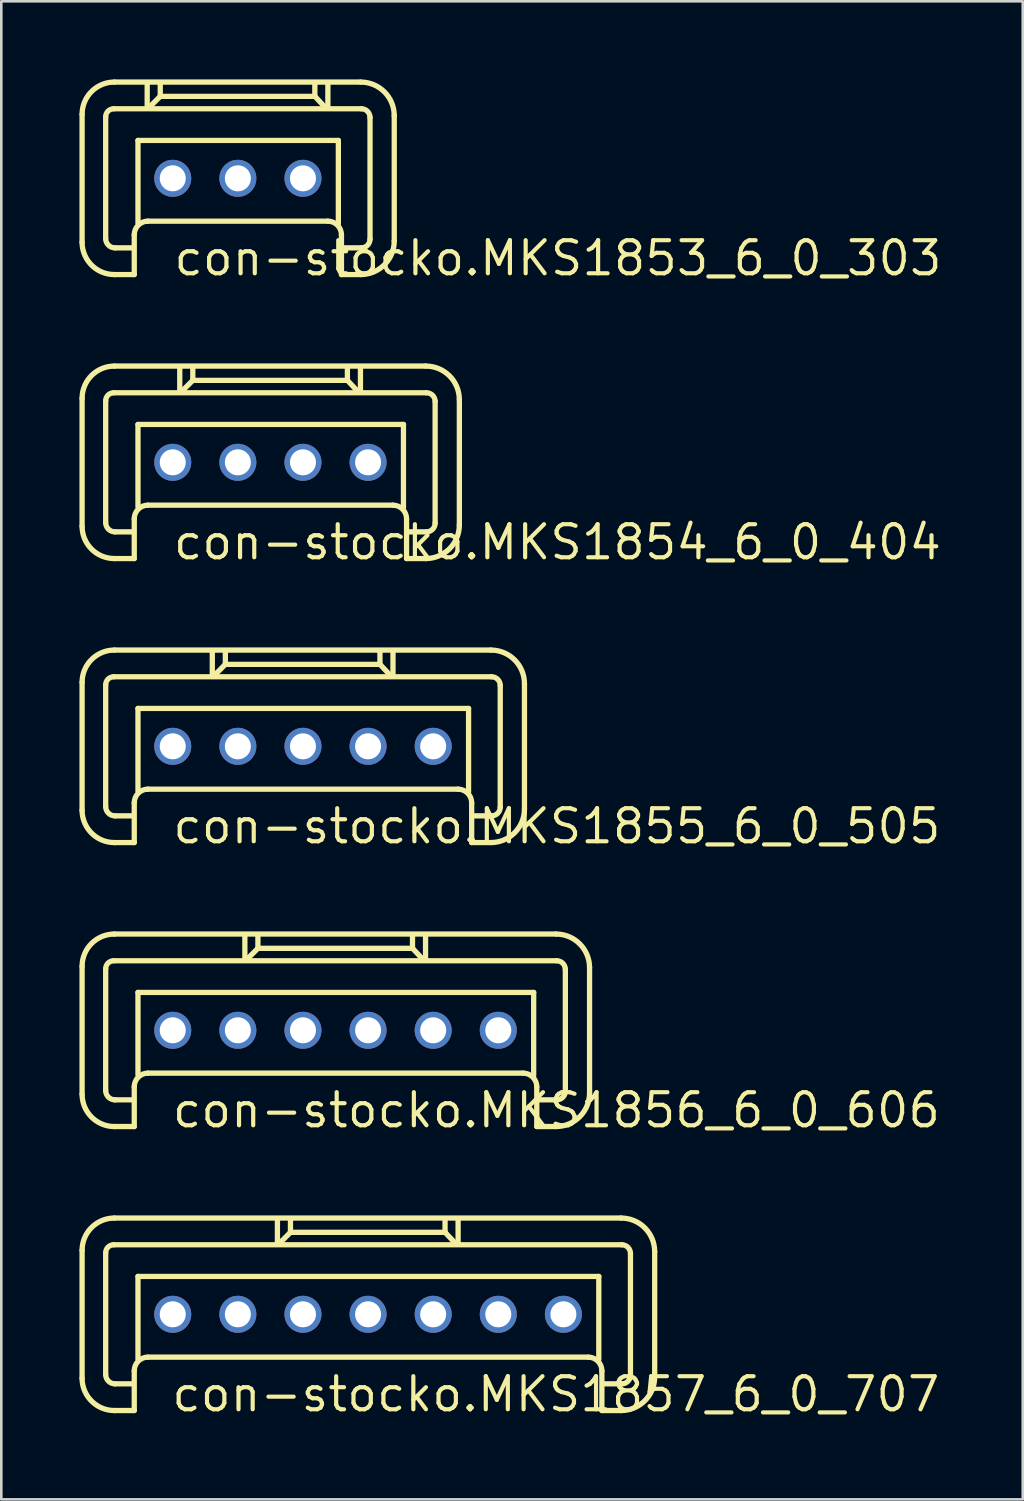
<source format=kicad_pcb>
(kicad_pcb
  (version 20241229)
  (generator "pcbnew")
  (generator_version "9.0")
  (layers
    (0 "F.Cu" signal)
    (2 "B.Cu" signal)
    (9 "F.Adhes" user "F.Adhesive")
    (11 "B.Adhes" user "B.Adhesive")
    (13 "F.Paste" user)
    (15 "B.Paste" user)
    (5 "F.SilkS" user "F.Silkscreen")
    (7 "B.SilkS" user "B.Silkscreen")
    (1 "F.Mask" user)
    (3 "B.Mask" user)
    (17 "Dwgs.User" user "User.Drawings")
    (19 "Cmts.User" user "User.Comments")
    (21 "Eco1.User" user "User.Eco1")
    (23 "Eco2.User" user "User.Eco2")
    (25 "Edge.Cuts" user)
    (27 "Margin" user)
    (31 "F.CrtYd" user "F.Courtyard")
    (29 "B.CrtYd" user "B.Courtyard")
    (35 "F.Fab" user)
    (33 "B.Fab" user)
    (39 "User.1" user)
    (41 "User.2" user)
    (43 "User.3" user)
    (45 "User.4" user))
  (footprint "con-stocko.MKS1854_6_0_404"
    (layer "F.Cu")
    (at 7.333 14.702)
    (property "Reference" "con-stocko.MKS1854_6_0_404" (at -3.81 3.81 0) (layer "F.SilkS") (effects (font (size 1.27 1.27) (thickness 0.16)) (justify left bottom)))
    (attr through_hole)
    (fp_line (start -7.231 2.456) (end -7.231 -2.456) (stroke (width 0.203) (type default)) (layer "F.SilkS"))
    (fp_line (start -6.325 2.313) (end -6.325 -2.361) (stroke (width 0.203) (type default)) (layer "F.SilkS"))
    (fp_line (start -6.015 -2.67) (end 5.991 -2.67) (stroke (width 0.203) (type default)) (layer "F.SilkS"))
    (fp_line (start -5.991 -3.696) (end 5.967 -3.696) (stroke (width 0.203) (type default)) (layer "F.SilkS"))
    (fp_line (start -5.252 2.67) (end -5.967 2.67) (stroke (width 0.203) (type default)) (layer "F.SilkS"))
    (fp_line (start -5.228 2.17) (end -5.228 3.695) (stroke (width 0.203) (type default)) (layer "F.SilkS"))
    (fp_line (start -5.228 3.695) (end -5.991 3.695) (stroke (width 0.203) (type default)) (layer "F.SilkS"))
    (fp_line (start -5.085 -1.454) (end 5.109 -1.454) (stroke (width 0.203) (type default)) (layer "F.SilkS"))
    (fp_line (start -5.085 1.716) (end -5.085 -1.454) (stroke (width 0.203) (type default)) (layer "F.SilkS"))
    (fp_line (start -3.481 -3.648) (end -3.481 -2.742) (stroke (width 0.203) (type default)) (layer "F.SilkS"))
    (fp_line (start -3.004 -3.123) (end -3.386 -2.742) (stroke (width 0.203) (type default)) (layer "F.SilkS"))
    (fp_line (start -2.98 -3.147) (end -2.98 -3.624) (stroke (width 0.203) (type default)) (layer "F.SilkS"))
    (fp_line (start 2.956 -3.672) (end 2.956 -3.147) (stroke (width 0.203) (type default)) (layer "F.SilkS"))
    (fp_line (start 2.956 -3.147) (end -2.98 -3.147) (stroke (width 0.203) (type default)) (layer "F.SilkS"))
    (fp_line (start 2.98 -3.123) (end 3.314 -2.766) (stroke (width 0.203) (type default)) (layer "F.SilkS"))
    (fp_line (start 3.457 -3.624) (end 3.457 -2.742) (stroke (width 0.203) (type default)) (layer "F.SilkS"))
    (fp_line (start 4.704 1.645) (end -4.704 1.645) (stroke (width 0.203) (type default)) (layer "F.SilkS"))
    (fp_line (start 5.109 -1.454) (end 5.109 1.74) (stroke (width 0.203) (type default)) (layer "F.SilkS"))
    (fp_line (start 5.228 3.695) (end 5.228 2.17) (stroke (width 0.203) (type default)) (layer "F.SilkS"))
    (fp_line (start 5.967 3.695) (end 5.228 3.695) (stroke (width 0.203) (type default)) (layer "F.SilkS"))
    (fp_line (start 5.991 2.67) (end 5.324 2.67) (stroke (width 0.203) (type default)) (layer "F.SilkS"))
    (fp_line (start 6.325 -2.337) (end 6.325 2.336) (stroke (width 0.203) (type default)) (layer "F.SilkS"))
    (fp_line (start 7.255 -2.408) (end 7.255 2.408) (stroke (width 0.203) (type default)) (layer "F.SilkS"))
    (fp_arc (start -7.231 -2.4558) (mid -6.867871 -3.332471) (end -5.9912 -3.6956) (stroke (width 0.2032) (type default)) (layer "F.SilkS"))
    (fp_arc (start -6.325 -2.3605) (mid -6.234232 -2.579632) (end -6.0151 -2.6704) (stroke (width 0.2032) (type default)) (layer "F.SilkS"))
    (fp_arc (start -5.9912 3.6954) (mid -6.867871 3.332271) (end -7.231 2.4556) (stroke (width 0.2032) (type default)) (layer "F.SilkS"))
    (fp_arc (start -5.9674 2.6702) (mid -6.220261 2.565461) (end -6.325 2.3126) (stroke (width 0.2032) (type default)) (layer "F.SilkS"))
    (fp_arc (start -5.2283 2.1695) (mid -5.074678 1.798622) (end -4.7038 1.645) (stroke (width 0.2032) (type default)) (layer "F.SilkS"))
    (fp_arc (start 4.7036 1.645) (mid 5.074478 1.798622) (end 5.2281 2.1695) (stroke (width 0.2032) (type default)) (layer "F.SilkS"))
    (fp_arc (start 5.9672 -3.6956) (mid 6.8776 -3.3185) (end 7.2547 -2.4081) (stroke (width 0.2032) (type default)) (layer "F.SilkS"))
    (fp_arc (start 5.9911 -2.6704) (mid 6.227132 -2.572632) (end 6.3249 -2.3366) (stroke (width 0.2032) (type default)) (layer "F.SilkS"))
    (fp_arc (start 6.3249 2.3364) (mid 6.227132 2.572432) (end 5.9911 2.6702) (stroke (width 0.2032) (type default)) (layer "F.SilkS"))
    (fp_arc (start 7.2547 2.4079) (mid 6.8776 3.3183) (end 5.9672 3.6954) (stroke (width 0.2032) (type default)) (layer "F.SilkS"))
    (pad "1" thru_hole circle (at -3.75 0) (size 1.422 1.422) (drill 1) (layers "*.Cu" "*.Mask"))
    (pad "2" thru_hole circle (at -1.25 0) (size 1.422 1.422) (drill 1) (layers "*.Cu" "*.Mask"))
    (pad "3" thru_hole circle (at 1.25 0) (size 1.422 1.422) (drill 1) (layers "*.Cu" "*.Mask"))
    (pad "4" thru_hole circle (at 3.75 0) (size 1.422 1.422) (drill 1) (layers "*.Cu" "*.Mask")))
  (footprint "con-stocko.MKS1857_6_0_707"
    (layer "F.Cu")
    (at 11.083 47.416)
    (property "Reference" "con-stocko.MKS1857_6_0_707" (at -7.62 3.81 0) (layer "F.SilkS") (effects (font (size 1.27 1.27) (thickness 0.16)) (justify left bottom)))
    (attr through_hole)
    (fp_line (start -10.981 2.456) (end -10.981 -2.456) (stroke (width 0.203) (type default)) (layer "F.SilkS"))
    (fp_line (start -10.075 2.313) (end -10.075 -2.361) (stroke (width 0.203) (type default)) (layer "F.SilkS"))
    (fp_line (start -9.765 -2.67) (end 9.741 -2.67) (stroke (width 0.203) (type default)) (layer "F.SilkS"))
    (fp_line (start -9.741 -3.696) (end 9.717 -3.696) (stroke (width 0.203) (type default)) (layer "F.SilkS"))
    (fp_line (start -9.002 2.67) (end -9.717 2.67) (stroke (width 0.203) (type default)) (layer "F.SilkS"))
    (fp_line (start -8.978 2.17) (end -8.978 3.695) (stroke (width 0.203) (type default)) (layer "F.SilkS"))
    (fp_line (start -8.978 3.695) (end -9.741 3.695) (stroke (width 0.203) (type default)) (layer "F.SilkS"))
    (fp_line (start -8.835 -1.454) (end 8.859 -1.454) (stroke (width 0.203) (type default)) (layer "F.SilkS"))
    (fp_line (start -8.835 1.716) (end -8.835 -1.454) (stroke (width 0.203) (type default)) (layer "F.SilkS"))
    (fp_line (start -3.481 -3.648) (end -3.481 -2.742) (stroke (width 0.203) (type default)) (layer "F.SilkS"))
    (fp_line (start -3.004 -3.123) (end -3.386 -2.742) (stroke (width 0.203) (type default)) (layer "F.SilkS"))
    (fp_line (start -2.98 -3.147) (end -2.98 -3.624) (stroke (width 0.203) (type default)) (layer "F.SilkS"))
    (fp_line (start 2.956 -3.672) (end 2.956 -3.147) (stroke (width 0.203) (type default)) (layer "F.SilkS"))
    (fp_line (start 2.956 -3.147) (end -2.98 -3.147) (stroke (width 0.203) (type default)) (layer "F.SilkS"))
    (fp_line (start 2.98 -3.123) (end 3.314 -2.766) (stroke (width 0.203) (type default)) (layer "F.SilkS"))
    (fp_line (start 3.457 -3.624) (end 3.457 -2.742) (stroke (width 0.203) (type default)) (layer "F.SilkS"))
    (fp_line (start 8.454 1.645) (end -8.454 1.645) (stroke (width 0.203) (type default)) (layer "F.SilkS"))
    (fp_line (start 8.859 -1.454) (end 8.859 1.74) (stroke (width 0.203) (type default)) (layer "F.SilkS"))
    (fp_line (start 8.978 3.695) (end 8.978 2.17) (stroke (width 0.203) (type default)) (layer "F.SilkS"))
    (fp_line (start 9.717 3.695) (end 8.978 3.695) (stroke (width 0.203) (type default)) (layer "F.SilkS"))
    (fp_line (start 9.741 2.67) (end 9.073 2.67) (stroke (width 0.203) (type default)) (layer "F.SilkS"))
    (fp_line (start 10.075 -2.337) (end 10.075 2.336) (stroke (width 0.203) (type default)) (layer "F.SilkS"))
    (fp_line (start 11.005 -2.408) (end 11.005 2.408) (stroke (width 0.203) (type default)) (layer "F.SilkS"))
    (fp_arc (start -10.981 -2.4558) (mid -10.617871 -3.332471) (end -9.7412 -3.6956) (stroke (width 0.2032) (type default)) (layer "F.SilkS"))
    (fp_arc (start -10.075 -2.3605) (mid -9.984232 -2.579632) (end -9.7651 -2.6704) (stroke (width 0.2032) (type default)) (layer "F.SilkS"))
    (fp_arc (start -9.7412 3.6954) (mid -10.617871 3.332271) (end -10.981 2.4556) (stroke (width 0.2032) (type default)) (layer "F.SilkS"))
    (fp_arc (start -9.7174 2.6702) (mid -9.970261 2.565461) (end -10.075 2.3126) (stroke (width 0.2032) (type default)) (layer "F.SilkS"))
    (fp_arc (start -8.9783 2.1695) (mid -8.824678 1.798622) (end -8.4538 1.645) (stroke (width 0.2032) (type default)) (layer "F.SilkS"))
    (fp_arc (start 8.4536 1.645) (mid 8.824478 1.798622) (end 8.9781 2.1695) (stroke (width 0.2032) (type default)) (layer "F.SilkS"))
    (fp_arc (start 9.7172 -3.6956) (mid 10.6276 -3.3185) (end 11.0047 -2.4081) (stroke (width 0.2032) (type default)) (layer "F.SilkS"))
    (fp_arc (start 9.7411 -2.6704) (mid 9.977132 -2.572632) (end 10.0749 -2.3366) (stroke (width 0.2032) (type default)) (layer "F.SilkS"))
    (fp_arc (start 10.0749 2.3364) (mid 9.977132 2.572432) (end 9.7411 2.6702) (stroke (width 0.2032) (type default)) (layer "F.SilkS"))
    (fp_arc (start 11.0047 2.4079) (mid 10.6276 3.3183) (end 9.7172 3.6954) (stroke (width 0.2032) (type default)) (layer "F.SilkS"))
    (pad "1" thru_hole circle (at -7.5 0) (size 1.422 1.422) (drill 1) (layers "*.Cu" "*.Mask"))
    (pad "2" thru_hole circle (at -5 0) (size 1.422 1.422) (drill 1) (layers "*.Cu" "*.Mask"))
    (pad "3" thru_hole circle (at -2.5 0) (size 1.422 1.422) (drill 1) (layers "*.Cu" "*.Mask"))
    (pad "4" thru_hole circle (at 0 0) (size 1.422 1.422) (drill 1) (layers "*.Cu" "*.Mask"))
    (pad "5" thru_hole circle (at 2.5 0) (size 1.422 1.422) (drill 1) (layers "*.Cu" "*.Mask"))
    (pad "6" thru_hole circle (at 5 0) (size 1.422 1.422) (drill 1) (layers "*.Cu" "*.Mask"))
    (pad "7" thru_hole circle (at 7.5 0) (size 1.422 1.422) (drill 1) (layers "*.Cu" "*.Mask")))
  (footprint "con-stocko.MKS1853_6_0_303"
    (layer "F.Cu")
    (at 6.083 3.797)
    (property "Reference" "con-stocko.MKS1853_6_0_303" (at -2.54 3.81 0) (layer "F.SilkS") (effects (font (size 1.27 1.27) (thickness 0.16)) (justify left bottom)))
    (attr through_hole)
    (fp_line (start -5.981 2.456) (end -5.981 -2.456) (stroke (width 0.203) (type default)) (layer "F.SilkS"))
    (fp_line (start -5.075 2.313) (end -5.075 -2.361) (stroke (width 0.203) (type default)) (layer "F.SilkS"))
    (fp_line (start -4.765 -2.67) (end 4.741 -2.67) (stroke (width 0.203) (type default)) (layer "F.SilkS"))
    (fp_line (start -4.741 -3.696) (end 4.717 -3.696) (stroke (width 0.203) (type default)) (layer "F.SilkS"))
    (fp_line (start -4.002 2.67) (end -4.717 2.67) (stroke (width 0.203) (type default)) (layer "F.SilkS"))
    (fp_line (start -3.978 2.17) (end -3.978 3.695) (stroke (width 0.203) (type default)) (layer "F.SilkS"))
    (fp_line (start -3.978 3.695) (end -4.741 3.695) (stroke (width 0.203) (type default)) (layer "F.SilkS"))
    (fp_line (start -3.835 -1.454) (end 3.859 -1.454) (stroke (width 0.203) (type default)) (layer "F.SilkS"))
    (fp_line (start -3.835 1.716) (end -3.835 -1.454) (stroke (width 0.203) (type default)) (layer "F.SilkS"))
    (fp_line (start -3.481 -3.648) (end -3.481 -2.742) (stroke (width 0.203) (type default)) (layer "F.SilkS"))
    (fp_line (start -3.004 -3.123) (end -3.386 -2.742) (stroke (width 0.203) (type default)) (layer "F.SilkS"))
    (fp_line (start -2.98 -3.147) (end -2.98 -3.624) (stroke (width 0.203) (type default)) (layer "F.SilkS"))
    (fp_line (start 2.956 -3.672) (end 2.956 -3.147) (stroke (width 0.203) (type default)) (layer "F.SilkS"))
    (fp_line (start 2.956 -3.147) (end -2.98 -3.147) (stroke (width 0.203) (type default)) (layer "F.SilkS"))
    (fp_line (start 2.98 -3.123) (end 3.314 -2.766) (stroke (width 0.203) (type default)) (layer "F.SilkS"))
    (fp_line (start 3.454 1.645) (end -3.454 1.645) (stroke (width 0.203) (type default)) (layer "F.SilkS"))
    (fp_line (start 3.457 -3.624) (end 3.457 -2.742) (stroke (width 0.203) (type default)) (layer "F.SilkS"))
    (fp_line (start 3.859 -1.454) (end 3.859 1.74) (stroke (width 0.203) (type default)) (layer "F.SilkS"))
    (fp_line (start 3.978 3.695) (end 3.978 2.17) (stroke (width 0.203) (type default)) (layer "F.SilkS"))
    (fp_line (start 4.717 3.695) (end 3.978 3.695) (stroke (width 0.203) (type default)) (layer "F.SilkS"))
    (fp_line (start 4.741 2.67) (end 4.074 2.67) (stroke (width 0.203) (type default)) (layer "F.SilkS"))
    (fp_line (start 5.075 -2.337) (end 5.075 2.336) (stroke (width 0.203) (type default)) (layer "F.SilkS"))
    (fp_line (start 6.005 -2.408) (end 6.005 2.408) (stroke (width 0.203) (type default)) (layer "F.SilkS"))
    (fp_arc (start -5.981 -2.4558) (mid -5.617871 -3.332471) (end -4.7412 -3.6956) (stroke (width 0.2032) (type default)) (layer "F.SilkS"))
    (fp_arc (start -5.075 -2.3605) (mid -4.984232 -2.579632) (end -4.7651 -2.6704) (stroke (width 0.2032) (type default)) (layer "F.SilkS"))
    (fp_arc (start -4.7412 3.6954) (mid -5.617871 3.332271) (end -5.981 2.4556) (stroke (width 0.2032) (type default)) (layer "F.SilkS"))
    (fp_arc (start -4.7174 2.6702) (mid -4.970261 2.565461) (end -5.075 2.3126) (stroke (width 0.2032) (type default)) (layer "F.SilkS"))
    (fp_arc (start -3.9783 2.1695) (mid -3.824678 1.798622) (end -3.4538 1.645) (stroke (width 0.2032) (type default)) (layer "F.SilkS"))
    (fp_arc (start 3.4536 1.645) (mid 3.824478 1.798622) (end 3.9781 2.1695) (stroke (width 0.2032) (type default)) (layer "F.SilkS"))
    (fp_arc (start 4.7172 -3.6956) (mid 5.6276 -3.3185) (end 6.0047 -2.4081) (stroke (width 0.2032) (type default)) (layer "F.SilkS"))
    (fp_arc (start 4.7411 -2.6704) (mid 4.977132 -2.572632) (end 5.0749 -2.3366) (stroke (width 0.2032) (type default)) (layer "F.SilkS"))
    (fp_arc (start 5.0749 2.3364) (mid 4.977132 2.572432) (end 4.7411 2.6702) (stroke (width 0.2032) (type default)) (layer "F.SilkS"))
    (fp_arc (start 6.0047 2.4079) (mid 5.6276 3.3183) (end 4.7172 3.6954) (stroke (width 0.2032) (type default)) (layer "F.SilkS"))
    (pad "1" thru_hole circle (at -2.5 0) (size 1.422 1.422) (drill 1) (layers "*.Cu" "*.Mask"))
    (pad "2" thru_hole circle (at 0 0) (size 1.422 1.422) (drill 1) (layers "*.Cu" "*.Mask"))
    (pad "3" thru_hole circle (at 2.5 0) (size 1.422 1.422) (drill 1) (layers "*.Cu" "*.Mask")))
  (footprint "con-stocko.MKS1855_6_0_505"
    (layer "F.Cu")
    (at 8.583 25.607)
    (property "Reference" "con-stocko.MKS1855_6_0_505" (at -5.08 3.81 0) (layer "F.SilkS") (effects (font (size 1.27 1.27) (thickness 0.16)) (justify left bottom)))
    (attr through_hole)
    (fp_line (start -8.481 2.456) (end -8.481 -2.456) (stroke (width 0.203) (type default)) (layer "F.SilkS"))
    (fp_line (start -7.575 2.313) (end -7.575 -2.361) (stroke (width 0.203) (type default)) (layer "F.SilkS"))
    (fp_line (start -7.265 -2.67) (end 7.241 -2.67) (stroke (width 0.203) (type default)) (layer "F.SilkS"))
    (fp_line (start -7.241 -3.696) (end 7.217 -3.696) (stroke (width 0.203) (type default)) (layer "F.SilkS"))
    (fp_line (start -6.502 2.67) (end -7.217 2.67) (stroke (width 0.203) (type default)) (layer "F.SilkS"))
    (fp_line (start -6.478 2.17) (end -6.478 3.695) (stroke (width 0.203) (type default)) (layer "F.SilkS"))
    (fp_line (start -6.478 3.695) (end -7.241 3.695) (stroke (width 0.203) (type default)) (layer "F.SilkS"))
    (fp_line (start -6.335 -1.454) (end 6.359 -1.454) (stroke (width 0.203) (type default)) (layer "F.SilkS"))
    (fp_line (start -6.335 1.716) (end -6.335 -1.454) (stroke (width 0.203) (type default)) (layer "F.SilkS"))
    (fp_line (start -3.481 -3.648) (end -3.481 -2.742) (stroke (width 0.203) (type default)) (layer "F.SilkS"))
    (fp_line (start -3.004 -3.123) (end -3.386 -2.742) (stroke (width 0.203) (type default)) (layer "F.SilkS"))
    (fp_line (start -2.98 -3.147) (end -2.98 -3.624) (stroke (width 0.203) (type default)) (layer "F.SilkS"))
    (fp_line (start 2.956 -3.672) (end 2.956 -3.147) (stroke (width 0.203) (type default)) (layer "F.SilkS"))
    (fp_line (start 2.956 -3.147) (end -2.98 -3.147) (stroke (width 0.203) (type default)) (layer "F.SilkS"))
    (fp_line (start 2.98 -3.123) (end 3.314 -2.766) (stroke (width 0.203) (type default)) (layer "F.SilkS"))
    (fp_line (start 3.457 -3.624) (end 3.457 -2.742) (stroke (width 0.203) (type default)) (layer "F.SilkS"))
    (fp_line (start 5.954 1.645) (end -5.954 1.645) (stroke (width 0.203) (type default)) (layer "F.SilkS"))
    (fp_line (start 6.359 -1.454) (end 6.359 1.74) (stroke (width 0.203) (type default)) (layer "F.SilkS"))
    (fp_line (start 6.478 3.695) (end 6.478 2.17) (stroke (width 0.203) (type default)) (layer "F.SilkS"))
    (fp_line (start 7.217 3.695) (end 6.478 3.695) (stroke (width 0.203) (type default)) (layer "F.SilkS"))
    (fp_line (start 7.241 2.67) (end 6.574 2.67) (stroke (width 0.203) (type default)) (layer "F.SilkS"))
    (fp_line (start 7.575 -2.337) (end 7.575 2.336) (stroke (width 0.203) (type default)) (layer "F.SilkS"))
    (fp_line (start 8.505 -2.408) (end 8.505 2.408) (stroke (width 0.203) (type default)) (layer "F.SilkS"))
    (fp_arc (start -8.481 -2.4558) (mid -8.117871 -3.332471) (end -7.2412 -3.6956) (stroke (width 0.2032) (type default)) (layer "F.SilkS"))
    (fp_arc (start -7.575 -2.3605) (mid -7.484232 -2.579632) (end -7.2651 -2.6704) (stroke (width 0.2032) (type default)) (layer "F.SilkS"))
    (fp_arc (start -7.2412 3.6954) (mid -8.117871 3.332271) (end -8.481 2.4556) (stroke (width 0.2032) (type default)) (layer "F.SilkS"))
    (fp_arc (start -7.2174 2.6702) (mid -7.470261 2.565461) (end -7.575 2.3126) (stroke (width 0.2032) (type default)) (layer "F.SilkS"))
    (fp_arc (start -6.4783 2.1695) (mid -6.324678 1.798622) (end -5.9538 1.645) (stroke (width 0.2032) (type default)) (layer "F.SilkS"))
    (fp_arc (start 5.9536 1.645) (mid 6.324478 1.798622) (end 6.4781 2.1695) (stroke (width 0.2032) (type default)) (layer "F.SilkS"))
    (fp_arc (start 7.2172 -3.6956) (mid 8.1276 -3.3185) (end 8.5047 -2.4081) (stroke (width 0.2032) (type default)) (layer "F.SilkS"))
    (fp_arc (start 7.2411 -2.6704) (mid 7.477132 -2.572632) (end 7.5749 -2.3366) (stroke (width 0.2032) (type default)) (layer "F.SilkS"))
    (fp_arc (start 7.5749 2.3364) (mid 7.477132 2.572432) (end 7.2411 2.6702) (stroke (width 0.2032) (type default)) (layer "F.SilkS"))
    (fp_arc (start 8.5047 2.4079) (mid 8.1276 3.3183) (end 7.2172 3.6954) (stroke (width 0.2032) (type default)) (layer "F.SilkS"))
    (pad "1" thru_hole circle (at -5 0) (size 1.422 1.422) (drill 1) (layers "*.Cu" "*.Mask"))
    (pad "2" thru_hole circle (at -2.5 0) (size 1.422 1.422) (drill 1) (layers "*.Cu" "*.Mask"))
    (pad "3" thru_hole circle (at 0 0) (size 1.422 1.422) (drill 1) (layers "*.Cu" "*.Mask"))
    (pad "4" thru_hole circle (at 2.5 0) (size 1.422 1.422) (drill 1) (layers "*.Cu" "*.Mask"))
    (pad "5" thru_hole circle (at 5 0) (size 1.422 1.422) (drill 1) (layers "*.Cu" "*.Mask")))
  (footprint "con-stocko.MKS1856_6_0_606"
    (layer "F.Cu")
    (at 9.833 36.511)
    (property "Reference" "con-stocko.MKS1856_6_0_606" (at -6.35 3.81 0) (layer "F.SilkS") (effects (font (size 1.27 1.27) (thickness 0.16)) (justify left bottom)))
    (attr through_hole)
    (fp_line (start -9.731 2.456) (end -9.731 -2.456) (stroke (width 0.203) (type default)) (layer "F.SilkS"))
    (fp_line (start -8.825 2.313) (end -8.825 -2.361) (stroke (width 0.203) (type default)) (layer "F.SilkS"))
    (fp_line (start -8.515 -2.67) (end 8.491 -2.67) (stroke (width 0.203) (type default)) (layer "F.SilkS"))
    (fp_line (start -8.491 -3.696) (end 8.467 -3.696) (stroke (width 0.203) (type default)) (layer "F.SilkS"))
    (fp_line (start -7.752 2.67) (end -8.467 2.67) (stroke (width 0.203) (type default)) (layer "F.SilkS"))
    (fp_line (start -7.728 2.17) (end -7.728 3.695) (stroke (width 0.203) (type default)) (layer "F.SilkS"))
    (fp_line (start -7.728 3.695) (end -8.491 3.695) (stroke (width 0.203) (type default)) (layer "F.SilkS"))
    (fp_line (start -7.585 -1.454) (end 7.609 -1.454) (stroke (width 0.203) (type default)) (layer "F.SilkS"))
    (fp_line (start -7.585 1.716) (end -7.585 -1.454) (stroke (width 0.203) (type default)) (layer "F.SilkS"))
    (fp_line (start -3.481 -3.648) (end -3.481 -2.742) (stroke (width 0.203) (type default)) (layer "F.SilkS"))
    (fp_line (start -3.004 -3.123) (end -3.386 -2.742) (stroke (width 0.203) (type default)) (layer "F.SilkS"))
    (fp_line (start -2.98 -3.147) (end -2.98 -3.624) (stroke (width 0.203) (type default)) (layer "F.SilkS"))
    (fp_line (start 2.956 -3.672) (end 2.956 -3.147) (stroke (width 0.203) (type default)) (layer "F.SilkS"))
    (fp_line (start 2.956 -3.147) (end -2.98 -3.147) (stroke (width 0.203) (type default)) (layer "F.SilkS"))
    (fp_line (start 2.98 -3.123) (end 3.314 -2.766) (stroke (width 0.203) (type default)) (layer "F.SilkS"))
    (fp_line (start 3.457 -3.624) (end 3.457 -2.742) (stroke (width 0.203) (type default)) (layer "F.SilkS"))
    (fp_line (start 7.204 1.645) (end -7.204 1.645) (stroke (width 0.203) (type default)) (layer "F.SilkS"))
    (fp_line (start 7.609 -1.454) (end 7.609 1.74) (stroke (width 0.203) (type default)) (layer "F.SilkS"))
    (fp_line (start 7.728 3.695) (end 7.728 2.17) (stroke (width 0.203) (type default)) (layer "F.SilkS"))
    (fp_line (start 8.467 3.695) (end 7.728 3.695) (stroke (width 0.203) (type default)) (layer "F.SilkS"))
    (fp_line (start 8.491 2.67) (end 7.824 2.67) (stroke (width 0.203) (type default)) (layer "F.SilkS"))
    (fp_line (start 8.825 -2.337) (end 8.825 2.336) (stroke (width 0.203) (type default)) (layer "F.SilkS"))
    (fp_line (start 9.755 -2.408) (end 9.755 2.408) (stroke (width 0.203) (type default)) (layer "F.SilkS"))
    (fp_arc (start -9.731 -2.4558) (mid -9.367871 -3.332471) (end -8.4912 -3.6956) (stroke (width 0.2032) (type default)) (layer "F.SilkS"))
    (fp_arc (start -8.825 -2.3605) (mid -8.734232 -2.579632) (end -8.5151 -2.6704) (stroke (width 0.2032) (type default)) (layer "F.SilkS"))
    (fp_arc (start -8.4912 3.6954) (mid -9.367871 3.332271) (end -9.731 2.4556) (stroke (width 0.2032) (type default)) (layer "F.SilkS"))
    (fp_arc (start -8.4674 2.6702) (mid -8.720261 2.565461) (end -8.825 2.3126) (stroke (width 0.2032) (type default)) (layer "F.SilkS"))
    (fp_arc (start -7.7283 2.1695) (mid -7.574678 1.798622) (end -7.2038 1.645) (stroke (width 0.2032) (type default)) (layer "F.SilkS"))
    (fp_arc (start 7.2036 1.645) (mid 7.574478 1.798622) (end 7.7281 2.1695) (stroke (width 0.2032) (type default)) (layer "F.SilkS"))
    (fp_arc (start 8.4672 -3.6956) (mid 9.3776 -3.3185) (end 9.7547 -2.4081) (stroke (width 0.2032) (type default)) (layer "F.SilkS"))
    (fp_arc (start 8.4911 -2.6704) (mid 8.727132 -2.572632) (end 8.8249 -2.3366) (stroke (width 0.2032) (type default)) (layer "F.SilkS"))
    (fp_arc (start 8.8249 2.3364) (mid 8.727132 2.572432) (end 8.4911 2.6702) (stroke (width 0.2032) (type default)) (layer "F.SilkS"))
    (fp_arc (start 9.7547 2.4079) (mid 9.3776 3.3183) (end 8.4672 3.6954) (stroke (width 0.2032) (type default)) (layer "F.SilkS"))
    (pad "1" thru_hole circle (at -6.25 0) (size 1.422 1.422) (drill 1) (layers "*.Cu" "*.Mask"))
    (pad "2" thru_hole circle (at -3.75 0) (size 1.422 1.422) (drill 1) (layers "*.Cu" "*.Mask"))
    (pad "3" thru_hole circle (at -1.25 0) (size 1.422 1.422) (drill 1) (layers "*.Cu" "*.Mask"))
    (pad "4" thru_hole circle (at 1.25 0) (size 1.422 1.422) (drill 1) (layers "*.Cu" "*.Mask"))
    (pad "5" thru_hole circle (at 3.75 0) (size 1.422 1.422) (drill 1) (layers "*.Cu" "*.Mask"))
    (pad "6" thru_hole circle (at 6.25 0) (size 1.422 1.422) (drill 1) (layers "*.Cu" "*.Mask")))
  (gr_rect
    (start -3 -3)
    (end 36.221 54.523)
    (stroke (width 0.1) (type default))
    (fill no)
    (layer "Edge.Cuts")))
</source>
